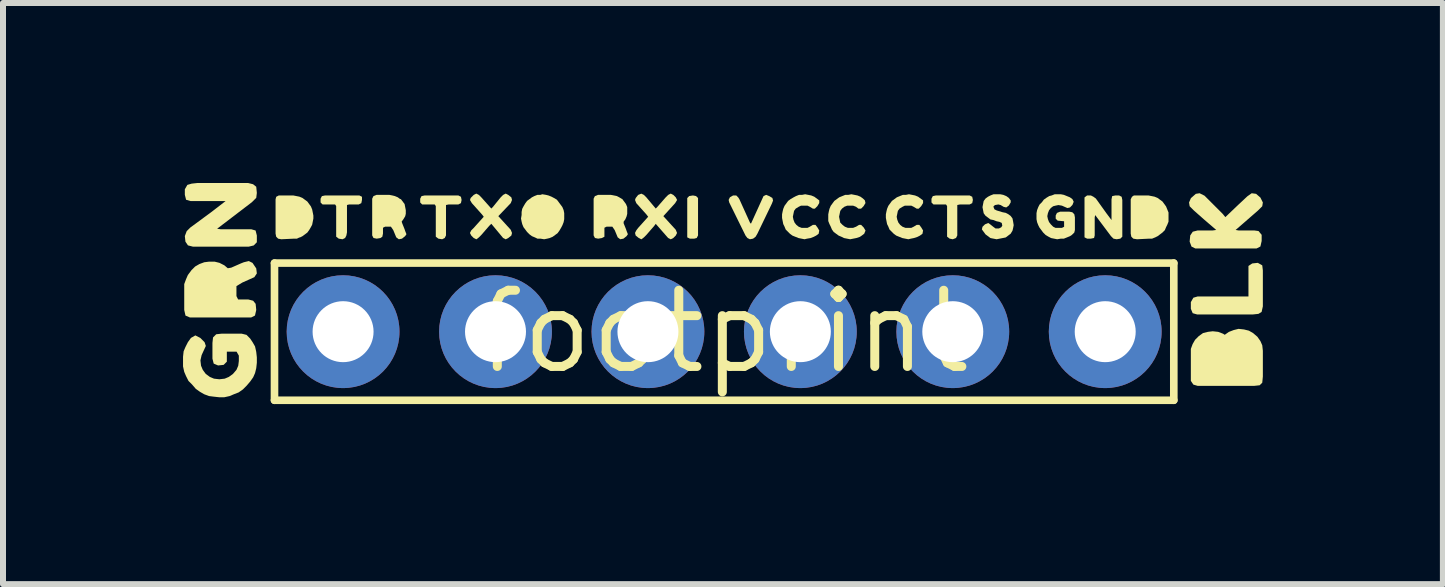
<source format=kicad_pcb>
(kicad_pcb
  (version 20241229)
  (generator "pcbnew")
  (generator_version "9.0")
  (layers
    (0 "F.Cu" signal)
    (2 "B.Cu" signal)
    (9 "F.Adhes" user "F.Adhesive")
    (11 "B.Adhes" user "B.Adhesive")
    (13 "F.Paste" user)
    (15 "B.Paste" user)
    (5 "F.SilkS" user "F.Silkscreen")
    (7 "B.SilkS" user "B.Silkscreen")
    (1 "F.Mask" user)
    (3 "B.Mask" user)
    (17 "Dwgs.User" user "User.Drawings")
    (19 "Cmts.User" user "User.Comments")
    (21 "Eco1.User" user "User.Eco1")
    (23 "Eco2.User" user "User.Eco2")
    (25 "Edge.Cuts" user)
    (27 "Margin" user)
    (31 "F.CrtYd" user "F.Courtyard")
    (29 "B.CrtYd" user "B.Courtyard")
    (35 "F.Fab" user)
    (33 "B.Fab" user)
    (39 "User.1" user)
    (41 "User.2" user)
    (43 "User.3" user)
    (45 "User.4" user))
  (footprint "footprint"
    (layer "F.Cu")
    (at 9.017 2.477)
    (property "Reference" "footprint" (at 0 0 0) (layer "F.SilkS") (effects (font (size 1.27 1.27) (thickness 0.15))))
    (fp_line (start -7.493 -1.143) (end 7.493 -1.143) (stroke (width 0.127) (type solid)) (layer "F.SilkS"))
    (fp_line (start -7.493 1.143) (end -7.493 -1.143) (stroke (width 0.127) (type solid)) (layer "F.SilkS"))
    (fp_line (start 7.493 -1.143) (end 7.493 1.143) (stroke (width 0.127) (type solid)) (layer "F.SilkS"))
    (fp_line (start 7.493 1.143) (end -7.493 1.143) (stroke (width 0.127) (type solid)) (layer "F.SilkS"))
    (fp_poly (pts (xy -0.468 -2.26) (xy -0.435 -2.227) (xy -0.435 -1.604) (xy -0.457 -1.561) (xy -0.499 -1.55) (xy -0.571 -1.55) (xy -0.615 -1.572) (xy -0.615 -2.227) (xy -0.582 -2.26) (xy -0.52 -2.27)) (stroke (width 0) (type solid)) (fill yes) (layer "F.SilkS"))
    (fp_poly (pts (xy 8.967 -1.105) (xy 8.977 -1.022) (xy 8.977 -0.421) (xy 8.956 -0.329) (xy 8.904 -0.297) (xy 8.812 -0.287) (xy 7.881 -0.287) (xy 7.808 -0.308) (xy 7.777 -0.381) (xy 7.777 -0.493) (xy 7.819 -0.566) (xy 7.891 -0.587) (xy 8.737 -0.587) (xy 8.737 -1.095) (xy 8.8 -1.137) (xy 8.893 -1.147)) (stroke (width 0) (type solid)) (fill yes) (layer "F.SilkS"))
    (fp_poly (pts (xy -4.386 -2.248) (xy -4.375 -2.195) (xy -4.386 -2.142) (xy -4.429 -2.12) (xy -4.59 -2.12) (xy -4.635 -2.111) (xy -4.635 -1.604) (xy -4.656 -1.561) (xy -4.699 -1.54) (xy -4.762 -1.55) (xy -4.805 -1.583) (xy -4.805 -2.093) (xy -4.823 -2.12) (xy -5.032 -2.12) (xy -5.065 -2.153) (xy -5.065 -2.216) (xy -5.043 -2.259) (xy -4.99 -2.27) (xy -4.429 -2.27)) (stroke (width 0) (type solid)) (fill yes) (layer "F.SilkS"))
    (fp_poly (pts (xy 4.134 -2.248) (xy 4.145 -2.195) (xy 4.134 -2.142) (xy 4.091 -2.12) (xy 3.93 -2.12) (xy 3.885 -2.111) (xy 3.885 -1.604) (xy 3.864 -1.561) (xy 3.81 -1.54) (xy 3.758 -1.55) (xy 3.715 -1.583) (xy 3.715 -2.093) (xy 3.697 -2.12) (xy 3.488 -2.12) (xy 3.455 -2.153) (xy 3.455 -2.216) (xy 3.477 -2.259) (xy 3.53 -2.27) (xy 4.091 -2.27)) (stroke (width 0) (type solid)) (fill yes) (layer "F.SilkS"))
    (fp_poly (pts (xy -6.035 -2.248) (xy -6.035 -2.195) (xy -6.046 -2.142) (xy -6.089 -2.12) (xy -6.249 -2.12) (xy -6.285 -2.111) (xy -6.285 -1.655) (xy -6.295 -1.603) (xy -6.316 -1.561) (xy -6.359 -1.54) (xy -6.422 -1.55) (xy -6.465 -1.583) (xy -6.465 -2.093) (xy -6.483 -2.12) (xy -6.692 -2.12) (xy -6.725 -2.153) (xy -6.725 -2.216) (xy -6.703 -2.259) (xy -6.65 -2.27) (xy -6.079 -2.27)) (stroke (width 0) (type solid)) (fill yes) (layer "F.SilkS"))
    (fp_poly (pts (xy 0.752 -2.259) (xy 0.804 -2.228) (xy 0.815 -2.185) (xy 0.795 -2.133) (xy 0.554 -1.633) (xy 0.524 -1.582) (xy 0.482 -1.55) (xy 0.429 -1.54) (xy 0.387 -1.561) (xy 0.356 -1.602) (xy 0.085 -2.153) (xy 0.075 -2.196) (xy 0.096 -2.239) (xy 0.149 -2.27) (xy 0.202 -2.27) (xy 0.234 -2.238) (xy 0.254 -2.207) (xy 0.434 -1.809) (xy 0.448 -1.802) (xy 0.656 -2.259) (xy 0.7 -2.28)) (stroke (width 0) (type solid)) (fill yes) (layer "F.SilkS"))
    (fp_poly (pts (xy -7.079 -2.25) (xy -7.028 -2.229) (xy -6.946 -2.169) (xy -6.886 -2.087) (xy -6.865 -2.036) (xy -6.845 -1.935) (xy -6.845 -1.885) (xy -6.865 -1.783) (xy -6.886 -1.743) (xy -6.916 -1.692) (xy -6.946 -1.651) (xy -7.027 -1.591) (xy -7.073 -1.568) (xy -7.074 -1.572) (xy -7.119 -1.55) (xy -7.17 -1.55) (xy -7.38 -1.54) (xy -7.432 -1.55) (xy -7.465 -1.583) (xy -7.475 -1.635) (xy -7.475 -2.206) (xy -7.464 -2.248) (xy -7.421 -2.27) (xy -7.18 -2.27)) (stroke (width 0) (type solid)) (fill yes) (layer "F.SilkS"))
    (fp_poly (pts (xy 6.153 -2.249) (xy 6.194 -2.219) (xy 6.374 -1.968) (xy 6.455 -1.86) (xy 6.455 -2.205) (xy 6.466 -2.259) (xy 6.52 -2.27) (xy 6.581 -2.27) (xy 6.624 -2.248) (xy 6.635 -2.195) (xy 6.635 -1.583) (xy 6.602 -1.55) (xy 6.54 -1.54) (xy 6.488 -1.55) (xy 6.446 -1.592) (xy 6.183 -1.943) (xy 6.175 -1.905) (xy 6.175 -1.604) (xy 6.164 -1.561) (xy 6.11 -1.55) (xy 6.049 -1.55) (xy 6.005 -1.572) (xy 6.005 -2.237) (xy 6.048 -2.27) (xy 6.111 -2.27)) (stroke (width 0) (type solid)) (fill yes) (layer "F.SilkS"))
    (fp_poly (pts (xy 7.171 -2.25) (xy 7.222 -2.229) (xy 7.304 -2.169) (xy 7.364 -2.087) (xy 7.405 -1.986) (xy 7.405 -1.834) (xy 7.385 -1.783) (xy 7.365 -1.743) (xy 7.344 -1.692) (xy 7.303 -1.651) (xy 7.223 -1.591) (xy 7.186 -1.573) (xy 7.186 -1.572) (xy 7.182 -1.57) (xy 7.177 -1.568) (xy 7.177 -1.569) (xy 7.131 -1.55) (xy 7.08 -1.55) (xy 6.88 -1.54) (xy 6.818 -1.55) (xy 6.785 -1.583) (xy 6.775 -1.635) (xy 6.775 -2.206) (xy 6.796 -2.248) (xy 6.828 -2.27) (xy 7.07 -2.27)) (stroke (width 0) (type solid)) (fill yes) (layer "F.SilkS"))
    (fp_poly (pts (xy 8.663 -0.037) (xy 8.744 -0.017) (xy 8.815 0.024) (xy 8.886 0.085) (xy 8.936 0.156) (xy 8.967 0.227) (xy 8.977 0.318) (xy 8.977 0.748) (xy 8.967 0.85) (xy 8.924 0.893) (xy 8.832 0.903) (xy 7.891 0.903) (xy 7.819 0.882) (xy 7.777 0.82) (xy 7.777 0.287) (xy 7.807 0.206) (xy 7.848 0.135) (xy 7.909 0.074) (xy 7.98 0.023) (xy 8.061 0.003) (xy 8.142 -0.007) (xy 8.233 0.003) (xy 8.314 0.034) (xy 8.342 0.052) (xy 8.41 0.004) (xy 8.491 -0.027) (xy 8.572 -0.047)) (stroke (width 0) (type solid)) (fill yes) (layer "F.SilkS"))
    (fp_poly (pts (xy -7.85 -2.457) (xy -7.797 -2.415) (xy -7.787 -2.312) (xy -7.797 -2.23) (xy -7.869 -2.158) (xy -8.449 -1.715) (xy -8.392 -1.707) (xy -7.881 -1.707) (xy -7.808 -1.686) (xy -7.787 -1.603) (xy -7.787 -1.49) (xy -7.839 -1.437) (xy -7.921 -1.417) (xy -8.853 -1.417) (xy -8.935 -1.438) (xy -8.977 -1.5) (xy -8.987 -1.593) (xy -8.956 -1.675) (xy -8.895 -1.736) (xy -8.555 -1.986) (xy -8.307 -2.177) (xy -8.893 -2.177) (xy -8.966 -2.198) (xy -8.987 -2.281) (xy -8.987 -2.373) (xy -8.945 -2.446) (xy -8.873 -2.467) (xy -8.782 -2.477) (xy -7.931 -2.477)) (stroke (width 0) (type solid)) (fill yes) (layer "F.SilkS"))
    (fp_poly (pts (xy -5.529 -2.27) (xy -5.488 -2.26) (xy -5.438 -2.239) (xy -5.395 -2.207) (xy -5.39 -2.213) (xy -5.325 -2.127) (xy -5.305 -2.025) (xy -5.305 -1.964) (xy -5.315 -1.923) (xy -5.346 -1.872) (xy -5.374 -1.834) (xy -5.365 -1.807) (xy -5.325 -1.707) (xy -5.315 -1.677) (xy -5.294 -1.624) (xy -5.316 -1.592) (xy -5.368 -1.55) (xy -5.421 -1.54) (xy -5.464 -1.572) (xy -5.514 -1.693) (xy -5.553 -1.75) (xy -5.649 -1.75) (xy -5.685 -1.732) (xy -5.685 -1.635) (xy -5.696 -1.582) (xy -5.728 -1.56) (xy -5.79 -1.55) (xy -5.843 -1.561) (xy -5.865 -1.604) (xy -5.865 -2.216) (xy -5.844 -2.259) (xy -5.791 -2.28) (xy -5.58 -2.28)) (stroke (width 0) (type solid)) (fill yes) (layer "F.SilkS"))
    (fp_poly (pts (xy -1.788 -2.26) (xy -1.748 -2.239) (xy -1.701 -2.211) (xy -1.7 -2.213) (xy -1.697 -2.209) (xy -1.692 -2.206) (xy -1.694 -2.205) (xy -1.636 -2.127) (xy -1.615 -2.076) (xy -1.615 -1.964) (xy -1.625 -1.923) (xy -1.646 -1.873) (xy -1.675 -1.833) (xy -1.675 -1.806) (xy -1.635 -1.707) (xy -1.625 -1.677) (xy -1.604 -1.624) (xy -1.626 -1.592) (xy -1.678 -1.55) (xy -1.731 -1.54) (xy -1.774 -1.572) (xy -1.824 -1.693) (xy -1.863 -1.75) (xy -1.959 -1.75) (xy -1.995 -1.732) (xy -1.995 -1.582) (xy -2.038 -1.56) (xy -2.1 -1.55) (xy -2.153 -1.561) (xy -2.175 -1.604) (xy -2.175 -2.216) (xy -2.154 -2.259) (xy -2.101 -2.28) (xy -1.89 -2.28)) (stroke (width 0) (type solid)) (fill yes) (layer "F.SilkS"))
    (fp_poly (pts (xy 8.864 -2.297) (xy 8.936 -2.235) (xy 8.977 -2.153) (xy 8.967 -2.09) (xy 8.895 -2.018) (xy 8.523 -1.695) (xy 8.572 -1.687) (xy 8.832 -1.687) (xy 8.905 -1.677) (xy 8.957 -1.614) (xy 8.957 -1.511) (xy 8.936 -1.419) (xy 8.873 -1.387) (xy 7.851 -1.387) (xy 7.788 -1.418) (xy 7.757 -1.501) (xy 7.767 -1.604) (xy 7.809 -1.666) (xy 7.891 -1.687) (xy 8.142 -1.687) (xy 8.2 -1.695) (xy 7.999 -1.868) (xy 7.829 -2.018) (xy 7.757 -2.09) (xy 7.747 -2.153) (xy 7.778 -2.225) (xy 7.86 -2.297) (xy 7.923 -2.307) (xy 8.005 -2.266) (xy 8.306 -1.965) (xy 8.352 -1.909) (xy 8.569 -2.116) (xy 8.719 -2.256) (xy 8.791 -2.307)) (stroke (width 0) (type solid)) (fill yes) (layer "F.SilkS"))
    (fp_poly (pts (xy -3.597 -2.279) (xy -3.546 -2.238) (xy -3.535 -2.195) (xy -3.556 -2.142) (xy -3.763 -1.925) (xy -3.556 -1.698) (xy -3.535 -1.645) (xy -3.546 -1.602) (xy -3.597 -1.561) (xy -3.64 -1.539) (xy -3.683 -1.561) (xy -3.88 -1.798) (xy -3.916 -1.762) (xy -4.046 -1.612) (xy -4.087 -1.571) (xy -4.129 -1.539) (xy -4.173 -1.561) (xy -4.214 -1.602) (xy -4.236 -1.645) (xy -4.214 -1.688) (xy -4.174 -1.728) (xy -4.006 -1.915) (xy -4.034 -1.952) (xy -4.204 -2.142) (xy -4.235 -2.194) (xy -4.224 -2.228) (xy -4.173 -2.279) (xy -4.13 -2.301) (xy -4.087 -2.279) (xy -4.046 -2.238) (xy -3.88 -2.052) (xy -3.854 -2.078) (xy -3.724 -2.238) (xy -3.683 -2.279) (xy -3.64 -2.301)) (stroke (width 0) (type solid)) (fill yes) (layer "F.SilkS"))
    (fp_poly (pts (xy -0.847 -2.279) (xy -0.806 -2.238) (xy -0.784 -2.195) (xy -0.816 -2.142) (xy -1.013 -1.925) (xy -0.806 -1.698) (xy -0.785 -1.645) (xy -0.806 -1.602) (xy -0.847 -1.561) (xy -0.89 -1.539) (xy -0.933 -1.561) (xy -1.14 -1.797) (xy -1.166 -1.762) (xy -1.296 -1.612) (xy -1.337 -1.571) (xy -1.379 -1.539) (xy -1.423 -1.561) (xy -1.474 -1.602) (xy -1.485 -1.646) (xy -1.464 -1.688) (xy -1.434 -1.728) (xy -1.266 -1.915) (xy -1.294 -1.952) (xy -1.464 -2.142) (xy -1.485 -2.195) (xy -1.474 -2.227) (xy -1.433 -2.279) (xy -1.38 -2.3) (xy -1.337 -2.279) (xy -1.296 -2.238) (xy -1.14 -2.052) (xy -1.114 -2.078) (xy -0.974 -2.238) (xy -0.933 -2.279) (xy -0.89 -2.301)) (stroke (width 0) (type solid)) (fill yes) (layer "F.SilkS"))
    (fp_poly (pts (xy -7.859 -1.146) (xy -7.797 -1.054) (xy -7.787 -0.971) (xy -7.829 -0.908) (xy -8.03 -0.818) (xy -8.127 -0.759) (xy -8.127 -0.593) (xy -8.099 -0.537) (xy -7.931 -0.537) (xy -7.849 -0.516) (xy -7.807 -0.464) (xy -7.797 -0.362) (xy -7.818 -0.269) (xy -7.881 -0.237) (xy -8.903 -0.237) (xy -8.976 -0.268) (xy -8.997 -0.361) (xy -8.997 -0.793) (xy -8.967 -0.874) (xy -8.936 -0.945) (xy -8.879 -1.021) (xy -8.879 -1.022) (xy -8.876 -1.025) (xy -8.873 -1.03) (xy -8.872 -1.029) (xy -8.815 -1.086) (xy -8.744 -1.127) (xy -8.663 -1.157) (xy -8.582 -1.167) (xy -8.491 -1.167) (xy -8.41 -1.147) (xy -8.329 -1.106) (xy -8.271 -1.057) (xy -8.213 -1.067) (xy -8.054 -1.137) (xy -8.004 -1.157) (xy -7.921 -1.177)) (stroke (width 0) (type solid)) (fill yes) (layer "F.SilkS"))
    (fp_poly (pts (xy -2.969 -2.28) (xy -2.928 -2.27) (xy -2.878 -2.25) (xy -2.838 -2.229) (xy -2.787 -2.199) (xy -2.696 -2.077) (xy -2.675 -2.026) (xy -2.665 -1.975) (xy -2.665 -1.875) (xy -2.675 -1.824) (xy -2.695 -1.773) (xy -2.716 -1.733) (xy -2.746 -1.682) (xy -2.776 -1.641) (xy -2.858 -1.581) (xy -2.908 -1.56) (xy -2.949 -1.55) (xy -3 -1.54) (xy -3.06 -1.55) (xy -3.111 -1.55) (xy -3.152 -1.57) (xy -3.202 -1.591) (xy -3.243 -1.621) (xy -3.284 -1.662) (xy -3.341 -1.738) (xy -3.342 -1.738) (xy -3.344 -1.743) (xy -3.347 -1.747) (xy -3.346 -1.747) (xy -3.365 -1.793) (xy -3.375 -1.834) (xy -3.385 -1.885) (xy -3.375 -1.945) (xy -3.375 -1.995) (xy -3.365 -2.047) (xy -3.344 -2.087) (xy -3.314 -2.138) (xy -3.284 -2.179) (xy -3.203 -2.239) (xy -3.162 -2.26) (xy -3.111 -2.28) (xy -3.061 -2.28) (xy -3.03 -2.29)) (stroke (width 0) (type solid)) (fill yes) (layer "F.SilkS"))
    (fp_poly (pts (xy 2.221 -2.27) (xy 2.272 -2.249) (xy 2.313 -2.219) (xy 2.345 -2.188) (xy 2.355 -2.144) (xy 2.324 -2.092) (xy 2.282 -2.05) (xy 2.238 -2.05) (xy 2.198 -2.081) (xy 2.149 -2.1) (xy 2.051 -2.1) (xy 2.002 -2.081) (xy 1.964 -2.051) (xy 1.935 -2.013) (xy 1.915 -1.915) (xy 1.935 -1.817) (xy 1.973 -1.779) (xy 2.012 -1.749) (xy 2.061 -1.73) (xy 2.149 -1.73) (xy 2.198 -1.749) (xy 2.249 -1.78) (xy 2.282 -1.78) (xy 2.324 -1.738) (xy 2.356 -1.685) (xy 2.334 -1.632) (xy 2.293 -1.601) (xy 2.262 -1.58) (xy 2.201 -1.56) (xy 2.1 -1.54) (xy 1.998 -1.56) (xy 1.958 -1.58) (xy 1.908 -1.601) (xy 1.826 -1.661) (xy 1.796 -1.703) (xy 1.775 -1.753) (xy 1.755 -1.793) (xy 1.735 -1.844) (xy 1.735 -1.955) (xy 1.745 -2.006) (xy 1.755 -2.047) (xy 1.776 -2.097) (xy 1.836 -2.179) (xy 1.918 -2.239) (xy 2.019 -2.28) (xy 2.07 -2.28) (xy 2.12 -2.29)) (stroke (width 0) (type solid)) (fill yes) (layer "F.SilkS"))
    (fp_poly (pts (xy 3.181 -2.27) (xy 3.232 -2.249) (xy 3.315 -2.188) (xy 3.315 -2.144) (xy 3.284 -2.092) (xy 3.242 -2.05) (xy 3.209 -2.05) (xy 3.158 -2.081) (xy 3.119 -2.1) (xy 3.011 -2.1) (xy 2.972 -2.081) (xy 2.923 -2.051) (xy 2.895 -2.013) (xy 2.875 -1.915) (xy 2.885 -1.866) (xy 2.904 -1.817) (xy 2.934 -1.779) (xy 2.972 -1.749) (xy 3.021 -1.73) (xy 3.119 -1.73) (xy 3.158 -1.749) (xy 3.209 -1.78) (xy 3.252 -1.78) (xy 3.284 -1.738) (xy 3.315 -1.686) (xy 3.305 -1.632) (xy 3.263 -1.601) (xy 3.222 -1.58) (xy 3.161 -1.56) (xy 3.111 -1.55) (xy 3.07 -1.54) (xy 2.969 -1.56) (xy 2.868 -1.601) (xy 2.827 -1.631) (xy 2.756 -1.702) (xy 2.735 -1.753) (xy 2.715 -1.793) (xy 2.695 -1.895) (xy 2.695 -1.955) (xy 2.705 -2.006) (xy 2.715 -2.047) (xy 2.736 -2.097) (xy 2.796 -2.179) (xy 2.878 -2.239) (xy 2.979 -2.28) (xy 3.03 -2.28) (xy 3.08 -2.29)) (stroke (width 0) (type solid)) (fill yes) (layer "F.SilkS"))
    (fp_poly (pts (xy 1.451 -2.27) (xy 1.502 -2.249) (xy 1.585 -2.188) (xy 1.585 -2.144) (xy 1.554 -2.092) (xy 1.512 -2.05) (xy 1.479 -2.05) (xy 1.428 -2.081) (xy 1.389 -2.1) (xy 1.281 -2.1) (xy 1.242 -2.081) (xy 1.193 -2.051) (xy 1.165 -2.013) (xy 1.145 -1.915) (xy 1.155 -1.866) (xy 1.174 -1.817) (xy 1.204 -1.779) (xy 1.242 -1.749) (xy 1.291 -1.73) (xy 1.389 -1.73) (xy 1.428 -1.749) (xy 1.479 -1.78) (xy 1.522 -1.78) (xy 1.554 -1.738) (xy 1.585 -1.686) (xy 1.575 -1.632) (xy 1.533 -1.601) (xy 1.492 -1.58) (xy 1.441 -1.56) (xy 1.381 -1.55) (xy 1.34 -1.54) (xy 1.239 -1.56) (xy 1.138 -1.601) (xy 1.097 -1.631) (xy 1.026 -1.702) (xy 1.005 -1.753) (xy 0.985 -1.793) (xy 0.965 -1.895) (xy 0.965 -1.955) (xy 0.975 -2.006) (xy 0.985 -2.047) (xy 1.006 -2.097) (xy 1.066 -2.179) (xy 1.107 -2.209) (xy 1.158 -2.239) (xy 1.198 -2.26) (xy 1.249 -2.28) (xy 1.3 -2.28) (xy 1.35 -2.29)) (stroke (width 0) (type solid)) (fill yes) (layer "F.SilkS"))
    (fp_poly (pts (xy 4.651 -2.28) (xy 4.702 -2.259) (xy 4.744 -2.229) (xy 4.775 -2.187) (xy 4.775 -2.154) (xy 4.744 -2.102) (xy 4.701 -2.07) (xy 4.658 -2.08) (xy 4.608 -2.11) (xy 4.57 -2.12) (xy 4.512 -2.11) (xy 4.486 -2.084) (xy 4.504 -2.039) (xy 4.542 -2.02) (xy 4.641 -1.99) (xy 4.692 -1.98) (xy 4.733 -1.959) (xy 4.774 -1.929) (xy 4.805 -1.887) (xy 4.815 -1.836) (xy 4.825 -1.775) (xy 4.815 -1.724) (xy 4.805 -1.683) (xy 4.774 -1.632) (xy 4.692 -1.57) (xy 4.54 -1.54) (xy 4.438 -1.56) (xy 4.356 -1.621) (xy 4.295 -1.704) (xy 4.305 -1.748) (xy 4.347 -1.789) (xy 4.401 -1.811) (xy 4.433 -1.789) (xy 4.483 -1.749) (xy 4.522 -1.72) (xy 4.579 -1.72) (xy 4.617 -1.739) (xy 4.635 -1.766) (xy 4.626 -1.812) (xy 4.588 -1.83) (xy 4.539 -1.84) (xy 4.489 -1.86) (xy 4.438 -1.87) (xy 4.356 -1.931) (xy 4.325 -1.973) (xy 4.305 -2.075) (xy 4.325 -2.177) (xy 4.356 -2.219) (xy 4.397 -2.249) (xy 4.438 -2.27) (xy 4.489 -2.29) (xy 4.6 -2.29)) (stroke (width 0) (type solid)) (fill yes) (layer "F.SilkS"))
    (fp_poly (pts (xy 5.661 -2.28) (xy 5.762 -2.239) (xy 5.804 -2.208) (xy 5.825 -2.165) (xy 5.804 -2.112) (xy 5.763 -2.07) (xy 5.72 -2.06) (xy 5.629 -2.1) (xy 5.57 -2.11) (xy 5.521 -2.1) (xy 5.482 -2.09) (xy 5.444 -2.061) (xy 5.414 -2.023) (xy 5.395 -1.974) (xy 5.385 -1.925) (xy 5.395 -1.876) (xy 5.414 -1.827) (xy 5.444 -1.788) (xy 5.483 -1.749) (xy 5.521 -1.73) (xy 5.629 -1.73) (xy 5.665 -1.748) (xy 5.665 -1.84) (xy 5.558 -1.85) (xy 5.525 -1.883) (xy 5.525 -1.936) (xy 5.546 -1.979) (xy 5.599 -2) (xy 5.75 -2) (xy 5.802 -1.99) (xy 5.835 -1.957) (xy 5.845 -1.905) (xy 5.845 -1.694) (xy 5.835 -1.652) (xy 5.793 -1.611) (xy 5.762 -1.591) (xy 5.661 -1.55) (xy 5.61 -1.55) (xy 5.55 -1.54) (xy 5.448 -1.56) (xy 5.408 -1.581) (xy 5.357 -1.611) (xy 5.316 -1.652) (xy 5.256 -1.732) (xy 5.235 -1.773) (xy 5.215 -1.824) (xy 5.205 -1.875) (xy 5.205 -1.975) (xy 5.215 -2.026) (xy 5.235 -2.077) (xy 5.256 -2.118) (xy 5.296 -2.158) (xy 5.326 -2.199) (xy 5.367 -2.229) (xy 5.418 -2.26) (xy 5.458 -2.27) (xy 5.509 -2.29) (xy 5.61 -2.29)) (stroke (width 0) (type solid)) (fill yes) (layer "F.SilkS"))
    (fp_poly (pts (xy -7.959 0.053) (xy -7.898 0.115) (xy -7.858 0.175) (xy -7.817 0.246) (xy -7.797 0.337) (xy -7.787 0.428) (xy -7.787 0.518) (xy -7.797 0.609) (xy -7.817 0.69) (xy -7.848 0.76) (xy -7.898 0.831) (xy -7.958 0.901) (xy -8.019 0.962) (xy -8.09 1.012) (xy -8.17 1.043) (xy -8.24 1.073) (xy -8.331 1.093) (xy -8.412 1.093) (xy -8.503 1.083) (xy -8.583 1.073) (xy -8.664 1.043) (xy -8.735 1.002) (xy -8.805 0.952) (xy -8.866 0.881) (xy -8.926 0.821) (xy -8.967 0.74) (xy -8.997 0.67) (xy -9.017 0.579) (xy -9.017 0.418) (xy -9.007 0.327) (xy -8.977 0.256) (xy -8.936 0.175) (xy -8.885 0.104) (xy -8.812 0.062) (xy -8.729 0.104) (xy -8.658 0.175) (xy -8.637 0.238) (xy -8.707 0.39) (xy -8.727 0.478) (xy -8.717 0.567) (xy -8.688 0.636) (xy -8.638 0.704) (xy -8.57 0.754) (xy -8.501 0.783) (xy -8.412 0.793) (xy -8.323 0.783) (xy -8.254 0.754) (xy -8.185 0.704) (xy -8.126 0.635) (xy -8.097 0.567) (xy -8.087 0.488) (xy -8.087 0.399) (xy -8.125 0.333) (xy -8.287 0.333) (xy -8.287 0.5) (xy -8.34 0.553) (xy -8.433 0.563) (xy -8.506 0.532) (xy -8.527 0.449) (xy -8.527 0.188) (xy -8.517 0.096) (xy -8.464 0.043) (xy -8.372 0.033) (xy -8.041 0.033)) (stroke (width 0) (type solid)) (fill yes) (layer "F.SilkS"))
    (pad "1" thru_hole circle (at -6.35 0) (size 1.88 1.88) (drill 1.016) (layers "*.Cu" "*.Mask"))
    (pad "2" thru_hole circle (at -3.81 0) (size 1.88 1.88) (drill 1.016) (layers "*.Cu" "*.Mask"))
    (pad "3" thru_hole circle (at -1.27 0) (size 1.88 1.88) (drill 1.016) (layers "*.Cu" "*.Mask"))
    (pad "4" thru_hole circle (at 1.27 0) (size 1.88 1.88) (drill 1.016) (layers "*.Cu" "*.Mask"))
    (pad "5" thru_hole circle (at 3.81 0) (size 1.88 1.88) (drill 1.016) (layers "*.Cu" "*.Mask"))
    (pad "6" thru_hole circle (at 6.35 0) (size 1.88 1.88) (drill 1.016) (layers "*.Cu" "*.Mask")))
  (gr_rect
    (start -3 -3)
    (end 20.994 6.684)
    (stroke (width 0.1) (type default))
    (fill no)
    (layer "Edge.Cuts")))
</source>
